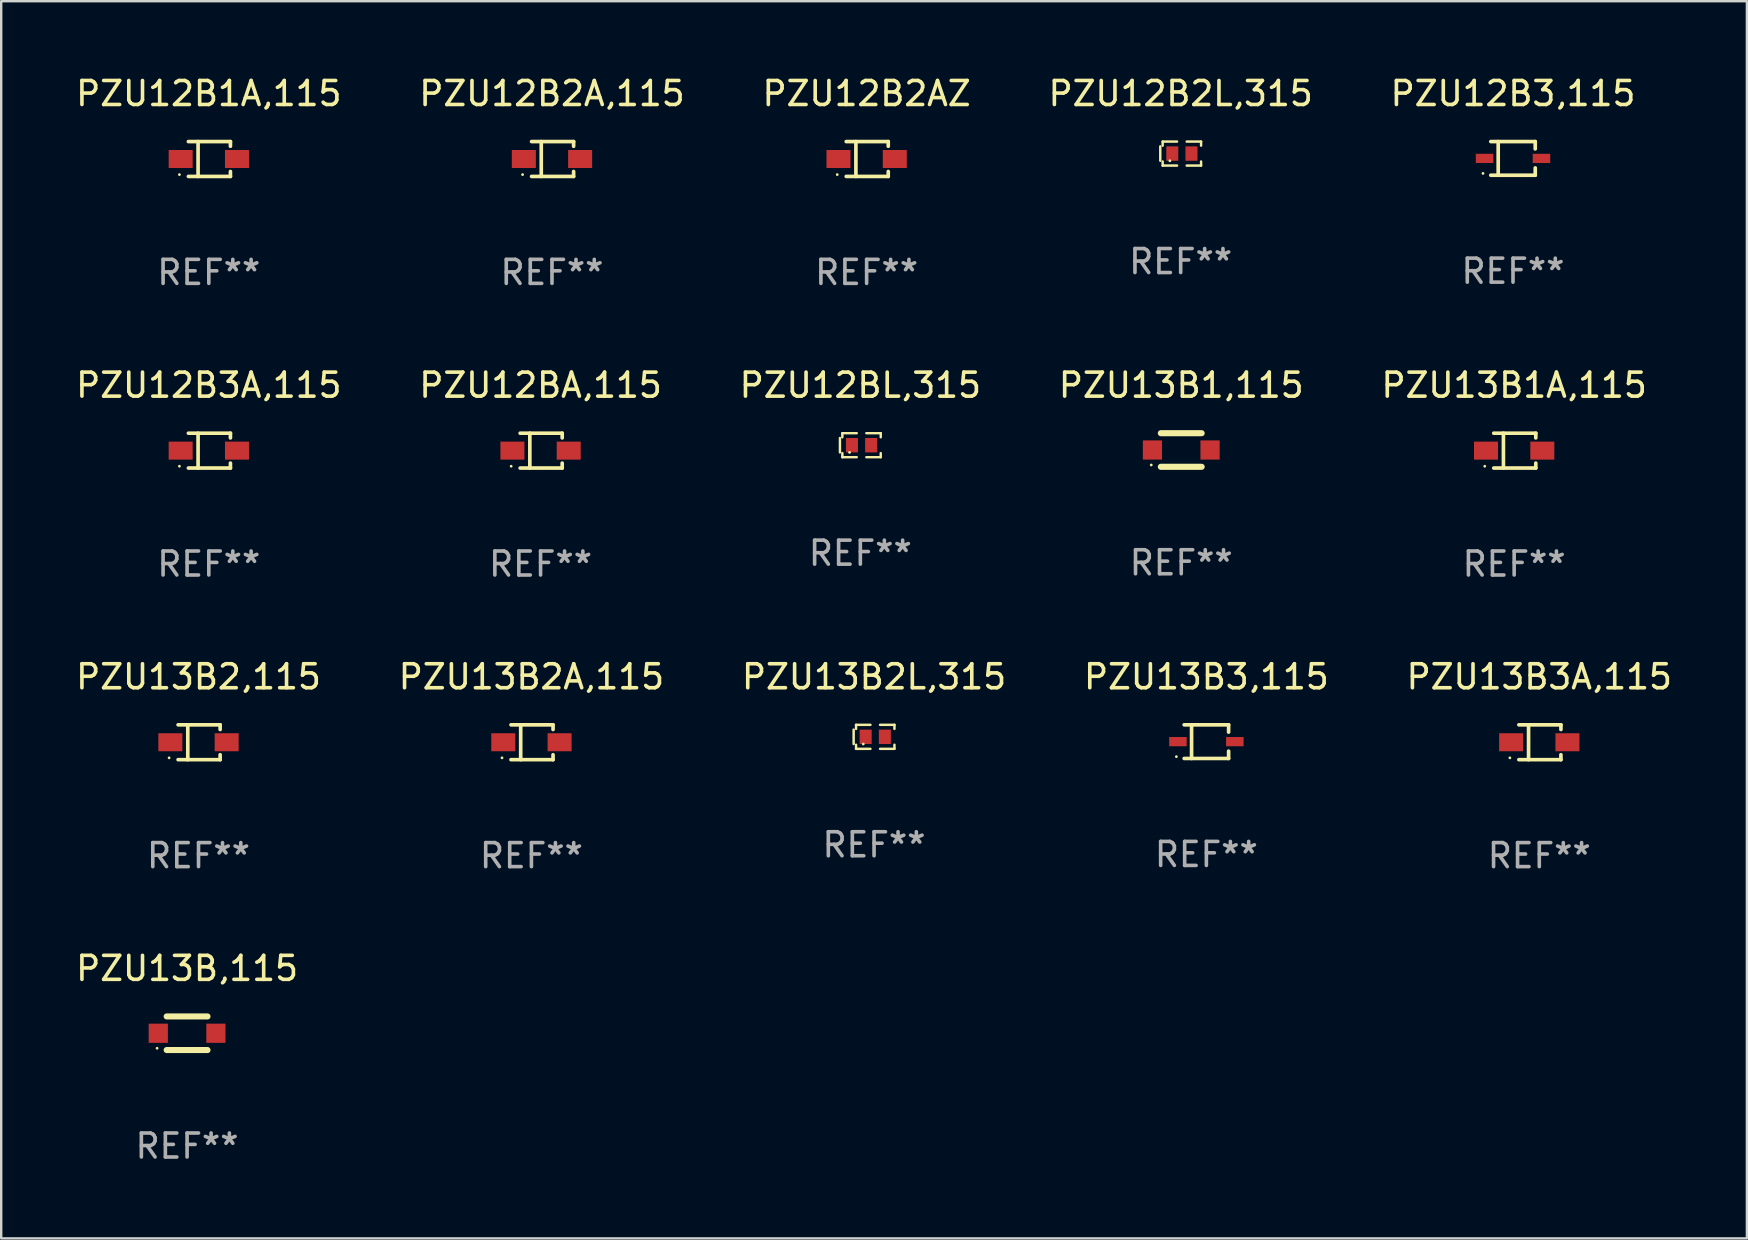
<source format=kicad_pcb>
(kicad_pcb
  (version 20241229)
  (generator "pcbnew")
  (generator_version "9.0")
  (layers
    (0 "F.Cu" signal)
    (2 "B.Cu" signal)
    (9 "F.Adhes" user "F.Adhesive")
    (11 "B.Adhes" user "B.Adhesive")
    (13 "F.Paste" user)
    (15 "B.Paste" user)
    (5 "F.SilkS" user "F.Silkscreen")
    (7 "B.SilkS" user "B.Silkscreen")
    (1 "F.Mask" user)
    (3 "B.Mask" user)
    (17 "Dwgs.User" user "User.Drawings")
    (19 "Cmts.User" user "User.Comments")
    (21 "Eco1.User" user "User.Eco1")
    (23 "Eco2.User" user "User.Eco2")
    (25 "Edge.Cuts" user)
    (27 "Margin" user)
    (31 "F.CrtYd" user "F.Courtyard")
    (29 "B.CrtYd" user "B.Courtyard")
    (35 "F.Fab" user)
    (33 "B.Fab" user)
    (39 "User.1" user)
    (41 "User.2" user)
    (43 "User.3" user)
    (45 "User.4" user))
  (footprint "PZU12B2A,115"
    (layer "F.Cu")
    (at 19.946 3.574)
    (property "Reference" "PZU12B2A,115" (at 0 -2.726 0) (layer "F.SilkS") (effects (font (size 1 1) (thickness 0.15))))
    (attr through_hole)
    (fp_line (start -0.851 -0.726) (end 0.901 -0.726) (stroke (width 0.152) (type solid)) (layer "F.SilkS"))
    (fp_line (start -0.851 0.726) (end 0.901 0.726) (stroke (width 0.152) (type solid)) (layer "F.SilkS"))
    (fp_line (start -0.447 -0.726) (end -0.447 0.726) (stroke (width 0.152) (type solid)) (layer "F.SilkS"))
    (fp_line (start 0.901 -0.726) (end 0.901 -0.53) (stroke (width 0.152) (type solid)) (layer "F.SilkS"))
    (fp_line (start 0.901 0.726) (end 0.901 0.52) (stroke (width 0.152) (type solid)) (layer "F.SilkS"))
    (fp_circle (center -1.225 0.65) (end -1.195 0.65) (stroke (width 0.06) (type solid)) (fill no) (layer "F.SilkS"))
    (fp_text user "REF**" (at 0 4.726 0) (layer "F.Fab") (effects (font (size 1 1) (thickness 0.15))))
    (pad "1" smd rect (at -1.173 0) (size 1 0.75) (layers "F.Cu" "F.Mask" "F.Paste"))
    (pad "2" smd rect (at 1.173 0) (size 1 0.75) (layers "F.Cu" "F.Mask" "F.Paste")))
  (footprint "PZU12B3A,115"
    (layer "F.Cu")
    (at 5.649 15.723)
    (property "Reference" "PZU12B3A,115" (at 0 -2.726 0) (layer "F.SilkS") (effects (font (size 1 1) (thickness 0.15))))
    (attr through_hole)
    (fp_line (start -0.851 -0.726) (end 0.901 -0.726) (stroke (width 0.152) (type solid)) (layer "F.SilkS"))
    (fp_line (start -0.851 0.726) (end 0.901 0.726) (stroke (width 0.152) (type solid)) (layer "F.SilkS"))
    (fp_line (start -0.447 -0.726) (end -0.447 0.726) (stroke (width 0.152) (type solid)) (layer "F.SilkS"))
    (fp_line (start 0.901 -0.726) (end 0.901 -0.53) (stroke (width 0.152) (type solid)) (layer "F.SilkS"))
    (fp_line (start 0.901 0.726) (end 0.901 0.52) (stroke (width 0.152) (type solid)) (layer "F.SilkS"))
    (fp_circle (center -1.225 0.65) (end -1.195 0.65) (stroke (width 0.06) (type solid)) (fill no) (layer "F.SilkS"))
    (fp_text user "REF**" (at 0 4.726 0) (layer "F.Fab") (effects (font (size 1 1) (thickness 0.15))))
    (pad "1" smd rect (at -1.173 0) (size 1 0.75) (layers "F.Cu" "F.Mask" "F.Paste"))
    (pad "2" smd rect (at 1.173 0) (size 1 0.75) (layers "F.Cu" "F.Mask" "F.Paste")))
  (footprint "PZU13B2L,315"
    (layer "F.Cu")
    (at 33.363 27.646)
    (property "Reference" "PZU13B2L,315" (at 0 -2.5 0) (layer "F.SilkS") (effects (font (size 1 1) (thickness 0.15))))
    (attr through_hole)
    (fp_line (start -0.85 -0.3) (end -0.85 0.3) (stroke (width 0.102) (type solid)) (layer "F.SilkS"))
    (fp_line (start -0.75 -0.5) (end -0.75 -0.329) (stroke (width 0.102) (type solid)) (layer "F.SilkS"))
    (fp_line (start -0.75 0.329) (end -0.75 0.5) (stroke (width 0.102) (type solid)) (layer "F.SilkS"))
    (fp_line (start -0.75 0.5) (end -0.15 0.5) (stroke (width 0.102) (type solid)) (layer "F.SilkS"))
    (fp_line (start -0.15 -0.5) (end -0.75 -0.5) (stroke (width 0.102) (type solid)) (layer "F.SilkS"))
    (fp_line (start 0.25 -0.5) (end 0.85 -0.5) (stroke (width 0.102) (type solid)) (layer "F.SilkS"))
    (fp_line (start 0.85 -0.5) (end 0.85 -0.33) (stroke (width 0.102) (type solid)) (layer "F.SilkS"))
    (fp_line (start 0.85 0.33) (end 0.85 0.5) (stroke (width 0.102) (type solid)) (layer "F.SilkS"))
    (fp_line (start 0.85 0.5) (end 0.25 0.5) (stroke (width 0.102) (type solid)) (layer "F.SilkS"))
    (fp_circle (center -0.45 0.3) (end -0.42 0.3) (stroke (width 0.06) (type solid)) (fill no) (layer "F.SilkS"))
    (fp_text user "REF**" (at 0 4.5 0) (layer "F.Fab") (effects (font (size 1 1) (thickness 0.15))))
    (pad "1" smd rect (at -0.35 0) (size 0.5 0.6) (layers "F.Cu" "F.Mask" "F.Paste"))
    (pad "2" smd rect (at 0.45 0) (size 0.5 0.6) (layers "F.Cu" "F.Mask" "F.Paste")))
  (footprint "PZU13B1A,115"
    (layer "F.Cu")
    (at 60.03 15.723)
    (property "Reference" "PZU13B1A,115" (at 0 -2.726 0) (layer "F.SilkS") (effects (font (size 1 1) (thickness 0.15))))
    (attr through_hole)
    (fp_line (start -0.851 -0.726) (end 0.901 -0.726) (stroke (width 0.152) (type solid)) (layer "F.SilkS"))
    (fp_line (start -0.851 0.726) (end 0.901 0.726) (stroke (width 0.152) (type solid)) (layer "F.SilkS"))
    (fp_line (start -0.447 -0.726) (end -0.447 0.726) (stroke (width 0.152) (type solid)) (layer "F.SilkS"))
    (fp_line (start 0.901 -0.726) (end 0.901 -0.53) (stroke (width 0.152) (type solid)) (layer "F.SilkS"))
    (fp_line (start 0.901 0.726) (end 0.901 0.52) (stroke (width 0.152) (type solid)) (layer "F.SilkS"))
    (fp_circle (center -1.225 0.65) (end -1.195 0.65) (stroke (width 0.06) (type solid)) (fill no) (layer "F.SilkS"))
    (fp_text user "REF**" (at 0 4.726 0) (layer "F.Fab") (effects (font (size 1 1) (thickness 0.15))))
    (pad "1" smd rect (at -1.173 0) (size 1 0.75) (layers "F.Cu" "F.Mask" "F.Paste"))
    (pad "2" smd rect (at 1.173 0) (size 1 0.75) (layers "F.Cu" "F.Mask" "F.Paste")))
  (footprint "PZU13B3A,115"
    (layer "F.Cu")
    (at 61.077 27.872)
    (property "Reference" "PZU13B3A,115" (at 0 -2.726 0) (layer "F.SilkS") (effects (font (size 1 1) (thickness 0.15))))
    (attr through_hole)
    (fp_line (start -0.851 -0.726) (end 0.901 -0.726) (stroke (width 0.152) (type solid)) (layer "F.SilkS"))
    (fp_line (start -0.851 0.726) (end 0.901 0.726) (stroke (width 0.152) (type solid)) (layer "F.SilkS"))
    (fp_line (start -0.447 -0.726) (end -0.447 0.726) (stroke (width 0.152) (type solid)) (layer "F.SilkS"))
    (fp_line (start 0.901 -0.726) (end 0.901 -0.53) (stroke (width 0.152) (type solid)) (layer "F.SilkS"))
    (fp_line (start 0.901 0.726) (end 0.901 0.52) (stroke (width 0.152) (type solid)) (layer "F.SilkS"))
    (fp_circle (center -1.225 0.65) (end -1.195 0.65) (stroke (width 0.06) (type solid)) (fill no) (layer "F.SilkS"))
    (fp_text user "REF**" (at 0 4.726 0) (layer "F.Fab") (effects (font (size 1 1) (thickness 0.15))))
    (pad "1" smd rect (at -1.173 0) (size 1 0.75) (layers "F.Cu" "F.Mask" "F.Paste"))
    (pad "2" smd rect (at 1.173 0) (size 1 0.75) (layers "F.Cu" "F.Mask" "F.Paste")))
  (footprint "PZU13B2A,115"
    (layer "F.Cu")
    (at 19.089 27.872)
    (property "Reference" "PZU13B2A,115" (at 0 -2.726 0) (layer "F.SilkS") (effects (font (size 1 1) (thickness 0.15))))
    (attr through_hole)
    (fp_line (start -0.851 -0.726) (end 0.901 -0.726) (stroke (width 0.152) (type solid)) (layer "F.SilkS"))
    (fp_line (start -0.851 0.726) (end 0.901 0.726) (stroke (width 0.152) (type solid)) (layer "F.SilkS"))
    (fp_line (start -0.447 -0.726) (end -0.447 0.726) (stroke (width 0.152) (type solid)) (layer "F.SilkS"))
    (fp_line (start 0.901 -0.726) (end 0.901 -0.53) (stroke (width 0.152) (type solid)) (layer "F.SilkS"))
    (fp_line (start 0.901 0.726) (end 0.901 0.52) (stroke (width 0.152) (type solid)) (layer "F.SilkS"))
    (fp_circle (center -1.225 0.65) (end -1.195 0.65) (stroke (width 0.06) (type solid)) (fill no) (layer "F.SilkS"))
    (fp_text user "REF**" (at 0 4.726 0) (layer "F.Fab") (effects (font (size 1 1) (thickness 0.15))))
    (pad "1" smd rect (at -1.173 0) (size 1 0.75) (layers "F.Cu" "F.Mask" "F.Paste"))
    (pad "2" smd rect (at 1.173 0) (size 1 0.75) (layers "F.Cu" "F.Mask" "F.Paste")))
  (footprint "PZU13B2,115"
    (layer "F.Cu")
    (at 5.22 27.872)
    (property "Reference" "PZU13B2,115" (at 0 -2.726 0) (layer "F.SilkS") (effects (font (size 1 1) (thickness 0.15))))
    (attr through_hole)
    (fp_line (start -0.851 -0.726) (end 0.901 -0.726) (stroke (width 0.152) (type solid)) (layer "F.SilkS"))
    (fp_line (start -0.851 0.726) (end 0.901 0.726) (stroke (width 0.152) (type solid)) (layer "F.SilkS"))
    (fp_line (start -0.447 -0.726) (end -0.447 0.726) (stroke (width 0.152) (type solid)) (layer "F.SilkS"))
    (fp_line (start 0.901 -0.726) (end 0.901 -0.53) (stroke (width 0.152) (type solid)) (layer "F.SilkS"))
    (fp_line (start 0.901 0.726) (end 0.901 0.52) (stroke (width 0.152) (type solid)) (layer "F.SilkS"))
    (fp_circle (center -1.225 0.65) (end -1.195 0.65) (stroke (width 0.06) (type solid)) (fill no) (layer "F.SilkS"))
    (fp_text user "REF**" (at 0 4.726 0) (layer "F.Fab") (effects (font (size 1 1) (thickness 0.15))))
    (pad "1" smd rect (at -1.173 0) (size 1 0.75) (layers "F.Cu" "F.Mask" "F.Paste"))
    (pad "2" smd rect (at 1.173 0) (size 1 0.75) (layers "F.Cu" "F.Mask" "F.Paste")))
  (footprint "PZU12B2AZ"
    (layer "F.Cu")
    (at 33.054 3.574)
    (property "Reference" "PZU12B2AZ" (at 0 -2.726 0) (layer "F.SilkS") (effects (font (size 1 1) (thickness 0.15))))
    (attr through_hole)
    (fp_line (start -0.851 -0.726) (end 0.901 -0.726) (stroke (width 0.152) (type solid)) (layer "F.SilkS"))
    (fp_line (start -0.851 0.726) (end 0.901 0.726) (stroke (width 0.152) (type solid)) (layer "F.SilkS"))
    (fp_line (start -0.447 -0.726) (end -0.447 0.726) (stroke (width 0.152) (type solid)) (layer "F.SilkS"))
    (fp_line (start 0.901 -0.726) (end 0.901 -0.53) (stroke (width 0.152) (type solid)) (layer "F.SilkS"))
    (fp_line (start 0.901 0.726) (end 0.901 0.52) (stroke (width 0.152) (type solid)) (layer "F.SilkS"))
    (fp_circle (center -1.225 0.65) (end -1.195 0.65) (stroke (width 0.06) (type solid)) (fill no) (layer "F.SilkS"))
    (fp_text user "REF**" (at 0 4.726 0) (layer "F.Fab") (effects (font (size 1 1) (thickness 0.15))))
    (pad "1" smd rect (at -1.173 0) (size 1 0.75) (layers "F.Cu" "F.Mask" "F.Paste"))
    (pad "2" smd rect (at 1.173 0) (size 1 0.75) (layers "F.Cu" "F.Mask" "F.Paste")))
  (footprint "PZU12B1A,115"
    (layer "F.Cu")
    (at 5.649 3.574)
    (property "Reference" "PZU12B1A,115" (at 0 -2.726 0) (layer "F.SilkS") (effects (font (size 1 1) (thickness 0.15))))
    (attr through_hole)
    (fp_line (start -0.851 -0.726) (end 0.901 -0.726) (stroke (width 0.152) (type solid)) (layer "F.SilkS"))
    (fp_line (start -0.851 0.726) (end 0.901 0.726) (stroke (width 0.152) (type solid)) (layer "F.SilkS"))
    (fp_line (start -0.447 -0.726) (end -0.447 0.726) (stroke (width 0.152) (type solid)) (layer "F.SilkS"))
    (fp_line (start 0.901 -0.726) (end 0.901 -0.53) (stroke (width 0.152) (type solid)) (layer "F.SilkS"))
    (fp_line (start 0.901 0.726) (end 0.901 0.52) (stroke (width 0.152) (type solid)) (layer "F.SilkS"))
    (fp_circle (center -1.225 0.65) (end -1.195 0.65) (stroke (width 0.06) (type solid)) (fill no) (layer "F.SilkS"))
    (fp_text user "REF**" (at 0 4.726 0) (layer "F.Fab") (effects (font (size 1 1) (thickness 0.15))))
    (pad "1" smd rect (at -1.173 0) (size 1 0.75) (layers "F.Cu" "F.Mask" "F.Paste"))
    (pad "2" smd rect (at 1.173 0) (size 1 0.75) (layers "F.Cu" "F.Mask" "F.Paste")))
  (footprint "PZU12B2L,315"
    (layer "F.Cu")
    (at 46.137 3.348)
    (property "Reference" "PZU12B2L,315" (at 0 -2.5 0) (layer "F.SilkS") (effects (font (size 1 1) (thickness 0.15))))
    (attr through_hole)
    (fp_line (start -0.85 -0.3) (end -0.85 0.3) (stroke (width 0.102) (type solid)) (layer "F.SilkS"))
    (fp_line (start -0.75 -0.5) (end -0.75 -0.329) (stroke (width 0.102) (type solid)) (layer "F.SilkS"))
    (fp_line (start -0.75 0.329) (end -0.75 0.5) (stroke (width 0.102) (type solid)) (layer "F.SilkS"))
    (fp_line (start -0.75 0.5) (end -0.15 0.5) (stroke (width 0.102) (type solid)) (layer "F.SilkS"))
    (fp_line (start -0.15 -0.5) (end -0.75 -0.5) (stroke (width 0.102) (type solid)) (layer "F.SilkS"))
    (fp_line (start 0.25 -0.5) (end 0.85 -0.5) (stroke (width 0.102) (type solid)) (layer "F.SilkS"))
    (fp_line (start 0.85 -0.5) (end 0.85 -0.33) (stroke (width 0.102) (type solid)) (layer "F.SilkS"))
    (fp_line (start 0.85 0.33) (end 0.85 0.5) (stroke (width 0.102) (type solid)) (layer "F.SilkS"))
    (fp_line (start 0.85 0.5) (end 0.25 0.5) (stroke (width 0.102) (type solid)) (layer "F.SilkS"))
    (fp_circle (center -0.45 0.3) (end -0.42 0.3) (stroke (width 0.06) (type solid)) (fill no) (layer "F.SilkS"))
    (fp_text user "REF**" (at 0 4.5 0) (layer "F.Fab") (effects (font (size 1 1) (thickness 0.15))))
    (pad "1" smd rect (at -0.35 0) (size 0.5 0.6) (layers "F.Cu" "F.Mask" "F.Paste"))
    (pad "2" smd rect (at 0.45 0) (size 0.5 0.6) (layers "F.Cu" "F.Mask" "F.Paste")))
  (footprint "PZU13B1,115"
    (layer "F.Cu")
    (at 46.161 15.697)
    (property "Reference" "PZU13B1,115" (at 0 -2.7 0) (layer "F.SilkS") (effects (font (size 1 1) (thickness 0.15))))
    (attr through_hole)
    (fp_line (start -0.85 -0.7) (end 0.85 -0.7) (stroke (width 0.254) (type solid)) (layer "F.SilkS"))
    (fp_line (start -0.85 0.7) (end 0.85 0.7) (stroke (width 0.254) (type solid)) (layer "F.SilkS"))
    (fp_circle (center -1.25 0.625) (end -1.22 0.625) (stroke (width 0.06) (type solid)) (fill no) (layer "F.SilkS"))
    (fp_text user "REF**" (at 0 4.7 0) (layer "F.Fab") (effects (font (size 1 1) (thickness 0.15))))
    (pad "1" smd rect (at -1.2 0) (size 0.8 0.8) (layers "F.Cu" "F.Mask" "F.Paste"))
    (pad "2" smd rect (at 1.2 0) (size 0.8 0.8) (layers "F.Cu" "F.Mask" "F.Paste")))
  (footprint "PZU12BL,315"
    (layer "F.Cu")
    (at 32.792 15.497)
    (property "Reference" "PZU12BL,315" (at 0 -2.5 0) (layer "F.SilkS") (effects (font (size 1 1) (thickness 0.15))))
    (attr through_hole)
    (fp_line (start -0.85 -0.3) (end -0.85 0.3) (stroke (width 0.102) (type solid)) (layer "F.SilkS"))
    (fp_line (start -0.75 -0.5) (end -0.75 -0.329) (stroke (width 0.102) (type solid)) (layer "F.SilkS"))
    (fp_line (start -0.75 0.329) (end -0.75 0.5) (stroke (width 0.102) (type solid)) (layer "F.SilkS"))
    (fp_line (start -0.75 0.5) (end -0.15 0.5) (stroke (width 0.102) (type solid)) (layer "F.SilkS"))
    (fp_line (start -0.15 -0.5) (end -0.75 -0.5) (stroke (width 0.102) (type solid)) (layer "F.SilkS"))
    (fp_line (start 0.25 -0.5) (end 0.85 -0.5) (stroke (width 0.102) (type solid)) (layer "F.SilkS"))
    (fp_line (start 0.85 -0.5) (end 0.85 -0.33) (stroke (width 0.102) (type solid)) (layer "F.SilkS"))
    (fp_line (start 0.85 0.33) (end 0.85 0.5) (stroke (width 0.102) (type solid)) (layer "F.SilkS"))
    (fp_line (start 0.85 0.5) (end 0.25 0.5) (stroke (width 0.102) (type solid)) (layer "F.SilkS"))
    (fp_circle (center -0.45 0.3) (end -0.42 0.3) (stroke (width 0.06) (type solid)) (fill no) (layer "F.SilkS"))
    (fp_text user "REF**" (at 0 4.5 0) (layer "F.Fab") (effects (font (size 1 1) (thickness 0.15))))
    (pad "1" smd rect (at -0.35 0) (size 0.5 0.6) (layers "F.Cu" "F.Mask" "F.Paste"))
    (pad "2" smd rect (at 0.45 0) (size 0.5 0.6) (layers "F.Cu" "F.Mask" "F.Paste")))
  (footprint "PZU12BA,115"
    (layer "F.Cu")
    (at 19.47 15.723)
    (property "Reference" "PZU12BA,115" (at 0 -2.726 0) (layer "F.SilkS") (effects (font (size 1 1) (thickness 0.15))))
    (attr through_hole)
    (fp_line (start -0.851 -0.726) (end 0.901 -0.726) (stroke (width 0.152) (type solid)) (layer "F.SilkS"))
    (fp_line (start -0.851 0.726) (end 0.901 0.726) (stroke (width 0.152) (type solid)) (layer "F.SilkS"))
    (fp_line (start -0.447 -0.726) (end -0.447 0.726) (stroke (width 0.152) (type solid)) (layer "F.SilkS"))
    (fp_line (start 0.901 -0.726) (end 0.901 -0.53) (stroke (width 0.152) (type solid)) (layer "F.SilkS"))
    (fp_line (start 0.901 0.726) (end 0.901 0.52) (stroke (width 0.152) (type solid)) (layer "F.SilkS"))
    (fp_circle (center -1.225 0.65) (end -1.195 0.65) (stroke (width 0.06) (type solid)) (fill no) (layer "F.SilkS"))
    (fp_text user "REF**" (at 0 4.726 0) (layer "F.Fab") (effects (font (size 1 1) (thickness 0.15))))
    (pad "1" smd rect (at -1.173 0) (size 1 0.75) (layers "F.Cu" "F.Mask" "F.Paste"))
    (pad "2" smd rect (at 1.173 0) (size 1 0.75) (layers "F.Cu" "F.Mask" "F.Paste")))
  (footprint "PZU12B3,115"
    (layer "F.Cu")
    (at 59.982 3.549)
    (property "Reference" "PZU12B3,115" (at 0 -2.701 0) (layer "F.SilkS") (effects (font (size 1 1) (thickness 0.15))))
    (attr through_hole)
    (fp_line (start -0.926 -0.701) (end 0.926 -0.701) (stroke (width 0.152) (type solid)) (layer "F.SilkS"))
    (fp_line (start -0.926 0.701) (end 0.926 0.701) (stroke (width 0.152) (type solid)) (layer "F.SilkS"))
    (fp_line (start -0.617 -0.701) (end -0.617 0.701) (stroke (width 0.152) (type solid)) (layer "F.SilkS"))
    (fp_line (start 0.926 -0.701) (end 0.926 -0.396) (stroke (width 0.152) (type solid)) (layer "F.SilkS"))
    (fp_line (start 0.926 0.701) (end 0.926 0.396) (stroke (width 0.152) (type solid)) (layer "F.SilkS"))
    (fp_circle (center -1.25 0.625) (end -1.22 0.625) (stroke (width 0.06) (type solid)) (fill no) (layer "F.SilkS"))
    (fp_text user "REF**" (at 0 4.701 0) (layer "F.Fab") (effects (font (size 1 1) (thickness 0.15))))
    (pad "1" smd rect (at -1.185 0 180) (size 0.73 0.385) (layers "F.Cu" "F.Mask" "F.Paste"))
    (pad "2" smd rect (at 1.185 0 180) (size 0.73 0.385) (layers "F.Cu" "F.Mask" "F.Paste")))
  (footprint "PZU13B3,115"
    (layer "F.Cu")
    (at 47.208 27.847)
    (property "Reference" "PZU13B3,115" (at 0 -2.701 0) (layer "F.SilkS") (effects (font (size 1 1) (thickness 0.15))))
    (attr through_hole)
    (fp_line (start -0.926 -0.701) (end 0.926 -0.701) (stroke (width 0.152) (type solid)) (layer "F.SilkS"))
    (fp_line (start -0.926 0.701) (end 0.926 0.701) (stroke (width 0.152) (type solid)) (layer "F.SilkS"))
    (fp_line (start -0.617 -0.701) (end -0.617 0.701) (stroke (width 0.152) (type solid)) (layer "F.SilkS"))
    (fp_line (start 0.926 -0.701) (end 0.926 -0.396) (stroke (width 0.152) (type solid)) (layer "F.SilkS"))
    (fp_line (start 0.926 0.701) (end 0.926 0.396) (stroke (width 0.152) (type solid)) (layer "F.SilkS"))
    (fp_circle (center -1.25 0.625) (end -1.22 0.625) (stroke (width 0.06) (type solid)) (fill no) (layer "F.SilkS"))
    (fp_text user "REF**" (at 0 4.701 0) (layer "F.Fab") (effects (font (size 1 1) (thickness 0.15))))
    (pad "1" smd rect (at -1.185 0 180) (size 0.73 0.385) (layers "F.Cu" "F.Mask" "F.Paste"))
    (pad "2" smd rect (at 1.185 0 180) (size 0.73 0.385) (layers "F.Cu" "F.Mask" "F.Paste")))
  (footprint "PZU13B,115"
    (layer "F.Cu")
    (at 4.744 39.995)
    (property "Reference" "PZU13B,115" (at 0 -2.7 0) (layer "F.SilkS") (effects (font (size 1 1) (thickness 0.15))))
    (attr through_hole)
    (fp_line (start -0.85 -0.7) (end 0.85 -0.7) (stroke (width 0.254) (type solid)) (layer "F.SilkS"))
    (fp_line (start -0.85 0.7) (end 0.85 0.7) (stroke (width 0.254) (type solid)) (layer "F.SilkS"))
    (fp_circle (center -1.25 0.625) (end -1.22 0.625) (stroke (width 0.06) (type solid)) (fill no) (layer "F.SilkS"))
    (fp_text user "REF**" (at 0 4.7 0) (layer "F.Fab") (effects (font (size 1 1) (thickness 0.15))))
    (pad "1" smd rect (at -1.2 0) (size 0.8 0.8) (layers "F.Cu" "F.Mask" "F.Paste"))
    (pad "2" smd rect (at 1.2 0) (size 0.8 0.8) (layers "F.Cu" "F.Mask" "F.Paste")))
  (gr_rect
    (start -3 -3)
    (end 69.726 48.543)
    (stroke (width 0.1) (type default))
    (fill no)
    (layer "Edge.Cuts")))
</source>
